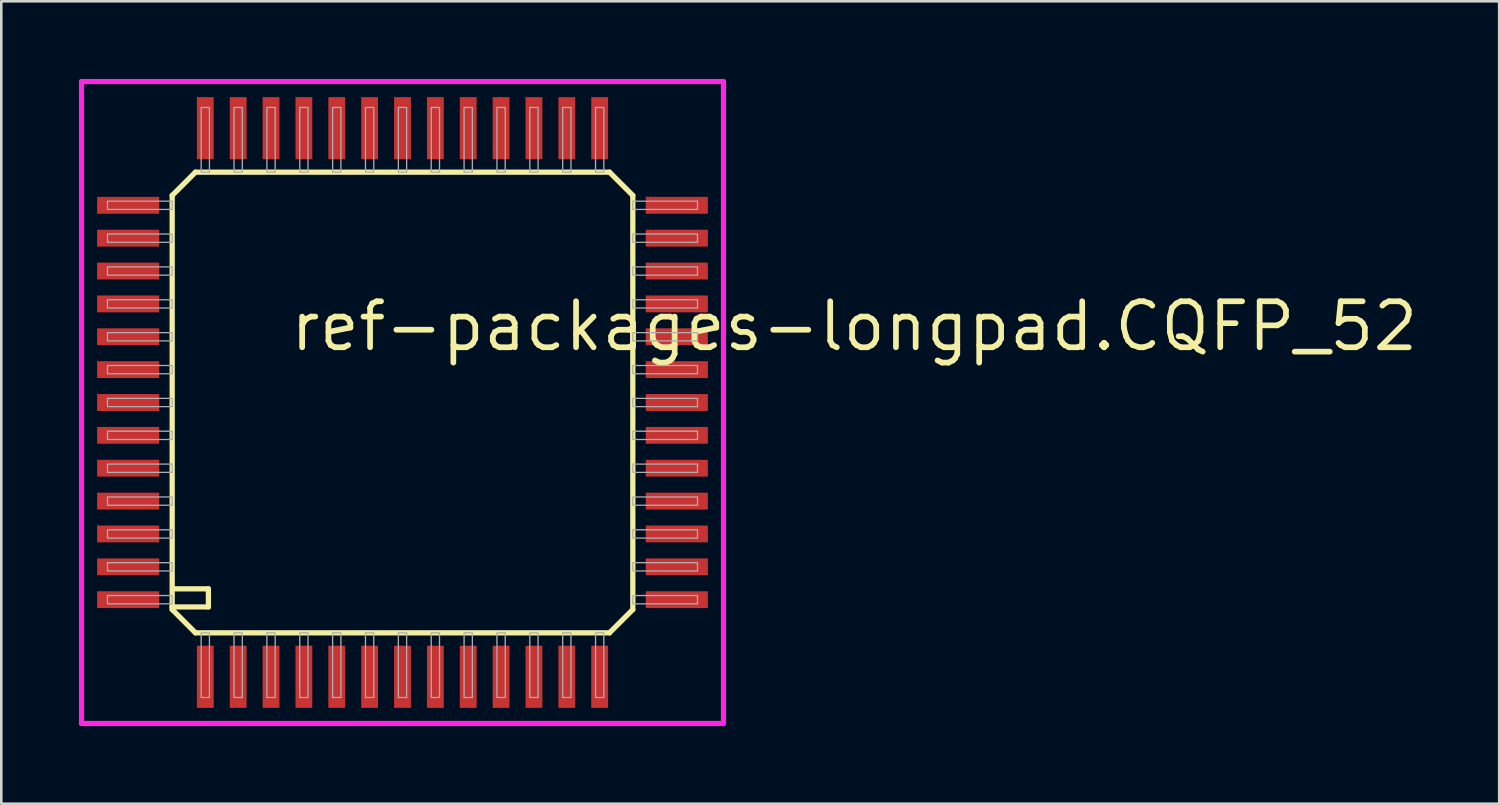
<source format=kicad_pcb>
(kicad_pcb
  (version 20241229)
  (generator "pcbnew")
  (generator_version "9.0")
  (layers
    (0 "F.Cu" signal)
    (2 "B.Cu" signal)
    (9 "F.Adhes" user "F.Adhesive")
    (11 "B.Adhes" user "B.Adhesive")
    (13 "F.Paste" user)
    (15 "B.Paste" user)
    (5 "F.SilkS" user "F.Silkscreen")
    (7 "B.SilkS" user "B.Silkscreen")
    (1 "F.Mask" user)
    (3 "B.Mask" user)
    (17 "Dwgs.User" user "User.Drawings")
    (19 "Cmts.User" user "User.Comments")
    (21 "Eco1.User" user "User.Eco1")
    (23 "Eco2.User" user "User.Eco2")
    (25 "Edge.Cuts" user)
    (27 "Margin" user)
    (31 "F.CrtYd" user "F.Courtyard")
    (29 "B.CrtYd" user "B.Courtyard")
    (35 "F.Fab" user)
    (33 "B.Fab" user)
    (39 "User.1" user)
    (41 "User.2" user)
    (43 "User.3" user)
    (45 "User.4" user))
  (footprint "ref-packages-longpad.CQFP_52"
    (layer "F.Cu")
    (at 12.503 12.503)
    (property "Reference" "ref-packages-longpad.CQFP_52" (at -4.445 -1.905 0) (layer "F.SilkS") (effects (font (size 1.778 1.778) (thickness 0.22)) (justify left bottom)))
    (attr smd)
    (fp_line (start -8.9 -8) (end -8.9 7.9) (stroke (width 0.203) (type default)) (layer "F.SilkS"))
    (fp_line (start -8.9 -8) (end -8 -8.9) (stroke (width 0.203) (type default)) (layer "F.SilkS"))
    (fp_line (start -8.9 7.9) (end -8.9 8) (stroke (width 0.203) (type default)) (layer "F.SilkS"))
    (fp_line (start -8.9 7.9) (end -7.5 7.9) (stroke (width 0.203) (type default)) (layer "F.SilkS"))
    (fp_line (start -8.9 8) (end -8 8.9) (stroke (width 0.203) (type default)) (layer "F.SilkS"))
    (fp_line (start -8 8.9) (end 8 8.9) (stroke (width 0.203) (type default)) (layer "F.SilkS"))
    (fp_line (start -7.5 7.2) (end -8.8 7.2) (stroke (width 0.203) (type default)) (layer "F.SilkS"))
    (fp_line (start -7.5 7.9) (end -7.5 7.2) (stroke (width 0.203) (type default)) (layer "F.SilkS"))
    (fp_line (start 8 -8.9) (end -8 -8.9) (stroke (width 0.203) (type default)) (layer "F.SilkS"))
    (fp_line (start 8 -8.9) (end 8.9 -8) (stroke (width 0.203) (type default)) (layer "F.SilkS"))
    (fp_line (start 8 8.9) (end 8.9 8) (stroke (width 0.203) (type default)) (layer "F.SilkS"))
    (fp_line (start 8.9 8) (end 8.9 -8) (stroke (width 0.203) (type default)) (layer "F.SilkS"))
    (fp_line (start -12.403 -12.403) (end 12.403 -12.403) (stroke (width 0.2) (type default)) (layer "F.CrtYd"))
    (fp_line (start -12.403 12.403) (end -12.403 -12.403) (stroke (width 0.2) (type default)) (layer "F.CrtYd"))
    (fp_line (start 12.403 -12.403) (end 12.403 12.403) (stroke (width 0.2) (type default)) (layer "F.CrtYd"))
    (fp_line (start 12.403 12.403) (end -12.403 12.403) (stroke (width 0.2) (type default)) (layer "F.CrtYd"))
    (fp_rect (start -11.4 -7.46) (end -8.9 -7.78) (stroke (width 0.05) (type default)) (fill no) (layer "F.Fab"))
    (fp_rect (start -11.4 -6.19) (end -8.9 -6.51) (stroke (width 0.05) (type default)) (fill no) (layer "F.Fab"))
    (fp_rect (start -11.4 -4.92) (end -8.9 -5.24) (stroke (width 0.05) (type default)) (fill no) (layer "F.Fab"))
    (fp_rect (start -11.4 -3.65) (end -8.9 -3.97) (stroke (width 0.05) (type default)) (fill no) (layer "F.Fab"))
    (fp_rect (start -11.4 -2.38) (end -8.9 -2.7) (stroke (width 0.05) (type default)) (fill no) (layer "F.Fab"))
    (fp_rect (start -11.4 -1.11) (end -8.9 -1.43) (stroke (width 0.05) (type default)) (fill no) (layer "F.Fab"))
    (fp_rect (start -11.4 0.16) (end -8.9 -0.16) (stroke (width 0.05) (type default)) (fill no) (layer "F.Fab"))
    (fp_rect (start -11.4 1.43) (end -8.9 1.11) (stroke (width 0.05) (type default)) (fill no) (layer "F.Fab"))
    (fp_rect (start -11.4 2.7) (end -8.9 2.38) (stroke (width 0.05) (type default)) (fill no) (layer "F.Fab"))
    (fp_rect (start -11.4 3.97) (end -8.9 3.65) (stroke (width 0.05) (type default)) (fill no) (layer "F.Fab"))
    (fp_rect (start -11.4 5.24) (end -8.9 4.92) (stroke (width 0.05) (type default)) (fill no) (layer "F.Fab"))
    (fp_rect (start -11.4 6.51) (end -8.9 6.19) (stroke (width 0.05) (type default)) (fill no) (layer "F.Fab"))
    (fp_rect (start -11.4 7.78) (end -8.9 7.46) (stroke (width 0.05) (type default)) (fill no) (layer "F.Fab"))
    (fp_rect (start -7.78 -8.9) (end -7.46 -11.4) (stroke (width 0.05) (type default)) (fill no) (layer "F.Fab"))
    (fp_rect (start -7.78 11.4) (end -7.46 8.9) (stroke (width 0.05) (type default)) (fill no) (layer "F.Fab"))
    (fp_rect (start -6.51 -8.9) (end -6.19 -11.4) (stroke (width 0.05) (type default)) (fill no) (layer "F.Fab"))
    (fp_rect (start -6.51 11.4) (end -6.19 8.9) (stroke (width 0.05) (type default)) (fill no) (layer "F.Fab"))
    (fp_rect (start -5.24 -8.9) (end -4.92 -11.4) (stroke (width 0.05) (type default)) (fill no) (layer "F.Fab"))
    (fp_rect (start -5.24 11.4) (end -4.92 8.9) (stroke (width 0.05) (type default)) (fill no) (layer "F.Fab"))
    (fp_rect (start -3.97 -8.9) (end -3.65 -11.4) (stroke (width 0.05) (type default)) (fill no) (layer "F.Fab"))
    (fp_rect (start -3.97 11.4) (end -3.65 8.9) (stroke (width 0.05) (type default)) (fill no) (layer "F.Fab"))
    (fp_rect (start -2.7 -8.9) (end -2.38 -11.4) (stroke (width 0.05) (type default)) (fill no) (layer "F.Fab"))
    (fp_rect (start -2.7 11.4) (end -2.38 8.9) (stroke (width 0.05) (type default)) (fill no) (layer "F.Fab"))
    (fp_rect (start -1.43 -8.9) (end -1.11 -11.4) (stroke (width 0.05) (type default)) (fill no) (layer "F.Fab"))
    (fp_rect (start -1.43 11.4) (end -1.11 8.9) (stroke (width 0.05) (type default)) (fill no) (layer "F.Fab"))
    (fp_rect (start -0.16 -8.9) (end 0.16 -11.4) (stroke (width 0.05) (type default)) (fill no) (layer "F.Fab"))
    (fp_rect (start -0.16 11.4) (end 0.16 8.9) (stroke (width 0.05) (type default)) (fill no) (layer "F.Fab"))
    (fp_rect (start 1.11 -8.9) (end 1.43 -11.4) (stroke (width 0.05) (type default)) (fill no) (layer "F.Fab"))
    (fp_rect (start 1.11 11.4) (end 1.43 8.9) (stroke (width 0.05) (type default)) (fill no) (layer "F.Fab"))
    (fp_rect (start 2.38 -8.9) (end 2.7 -11.4) (stroke (width 0.05) (type default)) (fill no) (layer "F.Fab"))
    (fp_rect (start 2.38 11.4) (end 2.7 8.9) (stroke (width 0.05) (type default)) (fill no) (layer "F.Fab"))
    (fp_rect (start 3.65 -8.9) (end 3.97 -11.4) (stroke (width 0.05) (type default)) (fill no) (layer "F.Fab"))
    (fp_rect (start 3.65 11.4) (end 3.97 8.9) (stroke (width 0.05) (type default)) (fill no) (layer "F.Fab"))
    (fp_rect (start 4.92 -8.9) (end 5.24 -11.4) (stroke (width 0.05) (type default)) (fill no) (layer "F.Fab"))
    (fp_rect (start 4.92 11.4) (end 5.24 8.9) (stroke (width 0.05) (type default)) (fill no) (layer "F.Fab"))
    (fp_rect (start 6.19 -8.9) (end 6.51 -11.4) (stroke (width 0.05) (type default)) (fill no) (layer "F.Fab"))
    (fp_rect (start 6.19 11.4) (end 6.51 8.9) (stroke (width 0.05) (type default)) (fill no) (layer "F.Fab"))
    (fp_rect (start 7.46 -8.9) (end 7.78 -11.4) (stroke (width 0.05) (type default)) (fill no) (layer "F.Fab"))
    (fp_rect (start 7.46 11.4) (end 7.78 8.9) (stroke (width 0.05) (type default)) (fill no) (layer "F.Fab"))
    (fp_rect (start 8.9 -7.46) (end 11.4 -7.78) (stroke (width 0.05) (type default)) (fill no) (layer "F.Fab"))
    (fp_rect (start 8.9 -6.19) (end 11.4 -6.51) (stroke (width 0.05) (type default)) (fill no) (layer "F.Fab"))
    (fp_rect (start 8.9 -4.92) (end 11.4 -5.24) (stroke (width 0.05) (type default)) (fill no) (layer "F.Fab"))
    (fp_rect (start 8.9 -3.65) (end 11.4 -3.97) (stroke (width 0.05) (type default)) (fill no) (layer "F.Fab"))
    (fp_rect (start 8.9 -2.38) (end 11.4 -2.7) (stroke (width 0.05) (type default)) (fill no) (layer "F.Fab"))
    (fp_rect (start 8.9 -1.11) (end 11.4 -1.43) (stroke (width 0.05) (type default)) (fill no) (layer "F.Fab"))
    (fp_rect (start 8.9 0.16) (end 11.4 -0.16) (stroke (width 0.05) (type default)) (fill no) (layer "F.Fab"))
    (fp_rect (start 8.9 1.43) (end 11.4 1.11) (stroke (width 0.05) (type default)) (fill no) (layer "F.Fab"))
    (fp_rect (start 8.9 2.7) (end 11.4 2.38) (stroke (width 0.05) (type default)) (fill no) (layer "F.Fab"))
    (fp_rect (start 8.9 3.97) (end 11.4 3.65) (stroke (width 0.05) (type default)) (fill no) (layer "F.Fab"))
    (fp_rect (start 8.9 5.24) (end 11.4 4.92) (stroke (width 0.05) (type default)) (fill no) (layer "F.Fab"))
    (fp_rect (start 8.9 6.51) (end 11.4 6.19) (stroke (width 0.05) (type default)) (fill no) (layer "F.Fab"))
    (fp_rect (start 8.9 7.78) (end 11.4 7.46) (stroke (width 0.05) (type default)) (fill no) (layer "F.Fab"))
    (pad "1" smd roundrect (at -7.62 10.6) (size 0.65 2.4) (layers "F.Cu" "F.Mask" "F.Paste") (roundrect_rratio 0.01))
    (pad "2" smd roundrect (at -6.35 10.6) (size 0.65 2.4) (layers "F.Cu" "F.Mask" "F.Paste") (roundrect_rratio 0.01))
    (pad "3" smd roundrect (at -5.08 10.6) (size 0.65 2.4) (layers "F.Cu" "F.Mask" "F.Paste") (roundrect_rratio 0.01))
    (pad "4" smd roundrect (at -3.81 10.6) (size 0.65 2.4) (layers "F.Cu" "F.Mask" "F.Paste") (roundrect_rratio 0.01))
    (pad "5" smd roundrect (at -2.54 10.6) (size 0.65 2.4) (layers "F.Cu" "F.Mask" "F.Paste") (roundrect_rratio 0.01))
    (pad "6" smd roundrect (at -1.27 10.6) (size 0.65 2.4) (layers "F.Cu" "F.Mask" "F.Paste") (roundrect_rratio 0.01))
    (pad "7" smd roundrect (at 0 10.6) (size 0.65 2.4) (layers "F.Cu" "F.Mask" "F.Paste") (roundrect_rratio 0.01))
    (pad "8" smd roundrect (at 1.27 10.6) (size 0.65 2.4) (layers "F.Cu" "F.Mask" "F.Paste") (roundrect_rratio 0.01))
    (pad "9" smd roundrect (at 2.54 10.6) (size 0.65 2.4) (layers "F.Cu" "F.Mask" "F.Paste") (roundrect_rratio 0.01))
    (pad "10" smd roundrect (at 3.81 10.6) (size 0.65 2.4) (layers "F.Cu" "F.Mask" "F.Paste") (roundrect_rratio 0.01))
    (pad "11" smd roundrect (at 5.08 10.6) (size 0.65 2.4) (layers "F.Cu" "F.Mask" "F.Paste") (roundrect_rratio 0.01))
    (pad "12" smd roundrect (at 6.35 10.6) (size 0.65 2.4) (layers "F.Cu" "F.Mask" "F.Paste") (roundrect_rratio 0.01))
    (pad "13" smd roundrect (at 7.62 10.6) (size 0.65 2.4) (layers "F.Cu" "F.Mask" "F.Paste") (roundrect_rratio 0.01))
    (pad "14" smd roundrect (at 10.6 7.62) (size 2.4 0.65) (layers "F.Cu" "F.Mask" "F.Paste") (roundrect_rratio 0.01))
    (pad "15" smd roundrect (at 10.6 6.35) (size 2.4 0.65) (layers "F.Cu" "F.Mask" "F.Paste") (roundrect_rratio 0.01))
    (pad "16" smd roundrect (at 10.6 5.08) (size 2.4 0.65) (layers "F.Cu" "F.Mask" "F.Paste") (roundrect_rratio 0.01))
    (pad "17" smd roundrect (at 10.6 3.81) (size 2.4 0.65) (layers "F.Cu" "F.Mask" "F.Paste") (roundrect_rratio 0.01))
    (pad "18" smd roundrect (at 10.6 2.54) (size 2.4 0.65) (layers "F.Cu" "F.Mask" "F.Paste") (roundrect_rratio 0.01))
    (pad "19" smd roundrect (at 10.6 1.27) (size 2.4 0.65) (layers "F.Cu" "F.Mask" "F.Paste") (roundrect_rratio 0.01))
    (pad "20" smd roundrect (at 10.6 0) (size 2.4 0.65) (layers "F.Cu" "F.Mask" "F.Paste") (roundrect_rratio 0.01))
    (pad "21" smd roundrect (at 10.6 -1.27) (size 2.4 0.65) (layers "F.Cu" "F.Mask" "F.Paste") (roundrect_rratio 0.01))
    (pad "22" smd roundrect (at 10.6 -2.54) (size 2.4 0.65) (layers "F.Cu" "F.Mask" "F.Paste") (roundrect_rratio 0.01))
    (pad "23" smd roundrect (at 10.6 -3.81) (size 2.4 0.65) (layers "F.Cu" "F.Mask" "F.Paste") (roundrect_rratio 0.01))
    (pad "24" smd roundrect (at 10.6 -5.08) (size 2.4 0.65) (layers "F.Cu" "F.Mask" "F.Paste") (roundrect_rratio 0.01))
    (pad "25" smd roundrect (at 10.6 -6.35) (size 2.4 0.65) (layers "F.Cu" "F.Mask" "F.Paste") (roundrect_rratio 0.01))
    (pad "26" smd roundrect (at 10.6 -7.62) (size 2.4 0.65) (layers "F.Cu" "F.Mask" "F.Paste") (roundrect_rratio 0.01))
    (pad "27" smd roundrect (at 7.62 -10.6) (size 0.65 2.4) (layers "F.Cu" "F.Mask" "F.Paste") (roundrect_rratio 0.01))
    (pad "28" smd roundrect (at 6.35 -10.6) (size 0.65 2.4) (layers "F.Cu" "F.Mask" "F.Paste") (roundrect_rratio 0.01))
    (pad "29" smd roundrect (at 5.08 -10.6) (size 0.65 2.4) (layers "F.Cu" "F.Mask" "F.Paste") (roundrect_rratio 0.01))
    (pad "30" smd roundrect (at 3.81 -10.6) (size 0.65 2.4) (layers "F.Cu" "F.Mask" "F.Paste") (roundrect_rratio 0.01))
    (pad "31" smd roundrect (at 2.54 -10.6) (size 0.65 2.4) (layers "F.Cu" "F.Mask" "F.Paste") (roundrect_rratio 0.01))
    (pad "32" smd roundrect (at 1.27 -10.6) (size 0.65 2.4) (layers "F.Cu" "F.Mask" "F.Paste") (roundrect_rratio 0.01))
    (pad "33" smd roundrect (at 0 -10.6) (size 0.65 2.4) (layers "F.Cu" "F.Mask" "F.Paste") (roundrect_rratio 0.01))
    (pad "34" smd roundrect (at -1.27 -10.6) (size 0.65 2.4) (layers "F.Cu" "F.Mask" "F.Paste") (roundrect_rratio 0.01))
    (pad "35" smd roundrect (at -2.54 -10.6) (size 0.65 2.4) (layers "F.Cu" "F.Mask" "F.Paste") (roundrect_rratio 0.01))
    (pad "36" smd roundrect (at -3.81 -10.6) (size 0.65 2.4) (layers "F.Cu" "F.Mask" "F.Paste") (roundrect_rratio 0.01))
    (pad "37" smd roundrect (at -5.08 -10.6) (size 0.65 2.4) (layers "F.Cu" "F.Mask" "F.Paste") (roundrect_rratio 0.01))
    (pad "38" smd roundrect (at -6.35 -10.6) (size 0.65 2.4) (layers "F.Cu" "F.Mask" "F.Paste") (roundrect_rratio 0.01))
    (pad "39" smd roundrect (at -7.62 -10.6) (size 0.65 2.4) (layers "F.Cu" "F.Mask" "F.Paste") (roundrect_rratio 0.01))
    (pad "40" smd roundrect (at -10.6 -7.62) (size 2.4 0.65) (layers "F.Cu" "F.Mask" "F.Paste") (roundrect_rratio 0.01))
    (pad "41" smd roundrect (at -10.6 -6.35) (size 2.4 0.65) (layers "F.Cu" "F.Mask" "F.Paste") (roundrect_rratio 0.01))
    (pad "42" smd roundrect (at -10.6 -5.08) (size 2.4 0.65) (layers "F.Cu" "F.Mask" "F.Paste") (roundrect_rratio 0.01))
    (pad "43" smd roundrect (at -10.6 -3.81) (size 2.4 0.65) (layers "F.Cu" "F.Mask" "F.Paste") (roundrect_rratio 0.01))
    (pad "44" smd roundrect (at -10.6 -2.54) (size 2.4 0.65) (layers "F.Cu" "F.Mask" "F.Paste") (roundrect_rratio 0.01))
    (pad "45" smd roundrect (at -10.6 -1.27) (size 2.4 0.65) (layers "F.Cu" "F.Mask" "F.Paste") (roundrect_rratio 0.01))
    (pad "46" smd roundrect (at -10.6 0) (size 2.4 0.65) (layers "F.Cu" "F.Mask" "F.Paste") (roundrect_rratio 0.01))
    (pad "47" smd roundrect (at -10.6 1.27) (size 2.4 0.65) (layers "F.Cu" "F.Mask" "F.Paste") (roundrect_rratio 0.01))
    (pad "48" smd roundrect (at -10.6 2.54) (size 2.4 0.65) (layers "F.Cu" "F.Mask" "F.Paste") (roundrect_rratio 0.01))
    (pad "49" smd roundrect (at -10.6 3.81) (size 2.4 0.65) (layers "F.Cu" "F.Mask" "F.Paste") (roundrect_rratio 0.01))
    (pad "50" smd roundrect (at -10.6 5.08) (size 2.4 0.65) (layers "F.Cu" "F.Mask" "F.Paste") (roundrect_rratio 0.01))
    (pad "51" smd roundrect (at -10.6 6.35) (size 2.4 0.65) (layers "F.Cu" "F.Mask" "F.Paste") (roundrect_rratio 0.01))
    (pad "52" smd roundrect (at -10.6 7.62) (size 2.4 0.65) (layers "F.Cu" "F.Mask" "F.Paste") (roundrect_rratio 0.01)))
  (gr_rect
    (start -3 -3)
    (end 54.881 28.006)
    (stroke (width 0.1) (type default))
    (fill no)
    (layer "Edge.Cuts")))
</source>
